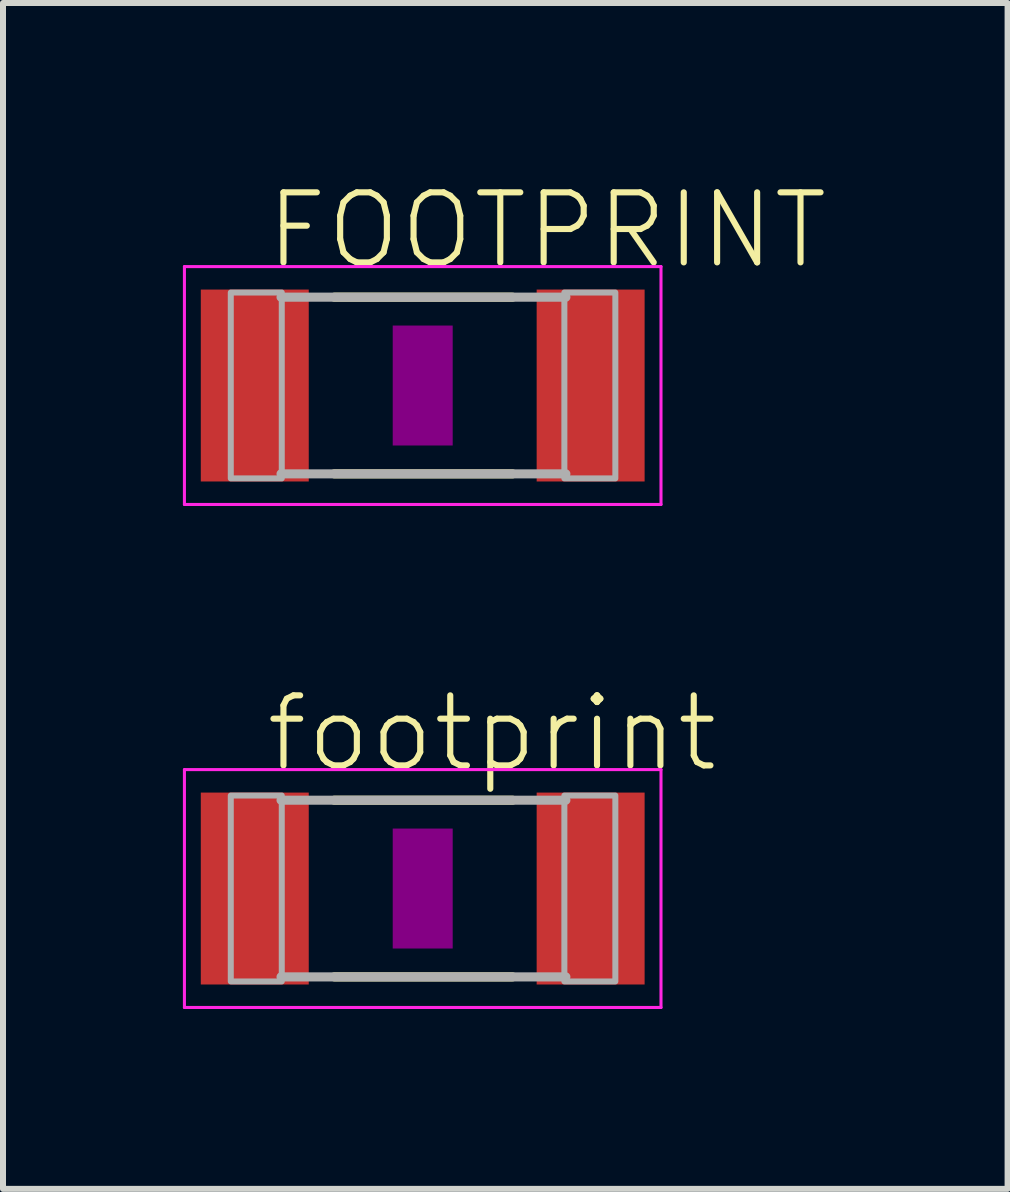
<source format=kicad_pcb>
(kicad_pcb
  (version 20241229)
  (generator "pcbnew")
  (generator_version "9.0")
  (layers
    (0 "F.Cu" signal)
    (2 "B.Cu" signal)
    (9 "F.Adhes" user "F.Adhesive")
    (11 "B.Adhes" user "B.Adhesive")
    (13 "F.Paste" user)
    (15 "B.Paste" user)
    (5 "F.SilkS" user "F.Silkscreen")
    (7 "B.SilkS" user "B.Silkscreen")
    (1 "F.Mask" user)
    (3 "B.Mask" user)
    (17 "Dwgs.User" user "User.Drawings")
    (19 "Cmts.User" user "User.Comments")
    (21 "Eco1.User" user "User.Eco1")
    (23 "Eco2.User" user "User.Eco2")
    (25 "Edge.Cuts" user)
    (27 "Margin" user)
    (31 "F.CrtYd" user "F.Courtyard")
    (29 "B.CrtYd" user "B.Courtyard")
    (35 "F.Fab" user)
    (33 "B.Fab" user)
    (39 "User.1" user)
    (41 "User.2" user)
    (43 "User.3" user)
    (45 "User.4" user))
  (footprint "footprint"
    (layer "F.Cu")
    (at 3.998 11.765)
    (property "Reference" "footprint" (at -2.667 -1.905 0) (layer "F.SilkS") (effects (font (size 1.168 1.168) (thickness 0.102)) (justify left bottom)))
    (fp_line (start -1.473 -1.473) (end 1.498 -1.473) (stroke (width 0.152) (type solid)) (layer "F.SilkS"))
    (fp_line (start -1.473 1.473) (end 1.498 1.473) (stroke (width 0.152) (type solid)) (layer "F.SilkS"))
    (fp_poly (pts (xy -0.5 1) (xy 0.5 1) (xy 0.5 -1) (xy -0.5 -1)) (stroke (width 0) (type solid)) (fill yes) (layer "F.Adhes"))
    (fp_line (start -3.973 -1.983) (end 3.973 -1.983) (stroke (width 0.051) (type solid)) (layer "F.CrtYd"))
    (fp_line (start -3.973 1.983) (end -3.973 -1.983) (stroke (width 0.051) (type solid)) (layer "F.CrtYd"))
    (fp_line (start 3.973 -1.983) (end 3.973 1.983) (stroke (width 0.051) (type solid)) (layer "F.CrtYd"))
    (fp_line (start 3.973 1.983) (end -3.973 1.983) (stroke (width 0.051) (type solid)) (layer "F.CrtYd"))
    (fp_line (start -2.362 -1.473) (end 2.387 -1.473) (stroke (width 0.152) (type solid)) (layer "F.Fab"))
    (fp_line (start -2.362 1.473) (end 2.387 1.473) (stroke (width 0.152) (type solid)) (layer "F.Fab"))
    (fp_poly (pts (xy -3.2 1.549) (xy -2.35 1.549) (xy -2.35 -1.551) (xy -3.2 -1.551)) (stroke (width 0.1) (type solid)) (fill no) (layer "F.Fab"))
    (fp_poly (pts (xy 2.362 1.549) (xy 3.212 1.549) (xy 3.212 -1.551) (xy 2.362 -1.551)) (stroke (width 0.1) (type solid)) (fill no) (layer "F.Fab"))
    (pad "1" smd rect (at -2.8 0) (size 1.8 3.2) (layers "F.Cu" "F.Mask" "F.Paste"))
    (pad "2" smd rect (at 2.8 0) (size 1.8 3.2) (layers "F.Cu" "F.Mask" "F.Paste")))
  (footprint "FOOTPRINT"
    (layer "F.Cu")
    (at 3.998 3.378)
    (property "Reference" "FOOTPRINT" (at -2.667 -1.905 0) (layer "F.SilkS") (effects (font (size 1.168 1.168) (thickness 0.102)) (justify left bottom)))
    (fp_line (start -1.473 -1.473) (end 1.498 -1.473) (stroke (width 0.152) (type solid)) (layer "F.SilkS"))
    (fp_line (start -1.473 1.473) (end 1.498 1.473) (stroke (width 0.152) (type solid)) (layer "F.SilkS"))
    (fp_poly (pts (xy -0.5 1) (xy 0.5 1) (xy 0.5 -1) (xy -0.5 -1)) (stroke (width 0) (type solid)) (fill yes) (layer "F.Adhes"))
    (fp_line (start -3.973 -1.983) (end 3.973 -1.983) (stroke (width 0.051) (type solid)) (layer "F.CrtYd"))
    (fp_line (start -3.973 1.983) (end -3.973 -1.983) (stroke (width 0.051) (type solid)) (layer "F.CrtYd"))
    (fp_line (start 3.973 -1.983) (end 3.973 1.983) (stroke (width 0.051) (type solid)) (layer "F.CrtYd"))
    (fp_line (start 3.973 1.983) (end -3.973 1.983) (stroke (width 0.051) (type solid)) (layer "F.CrtYd"))
    (fp_line (start -2.362 -1.473) (end 2.387 -1.473) (stroke (width 0.152) (type solid)) (layer "F.Fab"))
    (fp_line (start -2.362 1.473) (end 2.387 1.473) (stroke (width 0.152) (type solid)) (layer "F.Fab"))
    (fp_poly (pts (xy -3.2 1.549) (xy -2.35 1.549) (xy -2.35 -1.551) (xy -3.2 -1.551)) (stroke (width 0.1) (type solid)) (fill no) (layer "F.Fab"))
    (fp_poly (pts (xy 2.362 1.549) (xy 3.212 1.549) (xy 3.212 -1.551) (xy 2.362 -1.551)) (stroke (width 0.1) (type solid)) (fill no) (layer "F.Fab"))
    (pad "1" smd rect (at -2.8 0) (size 1.8 3.2) (layers "F.Cu" "F.Mask" "F.Paste"))
    (pad "2" smd rect (at 2.8 0) (size 1.8 3.2) (layers "F.Cu" "F.Mask" "F.Paste")))
  (gr_rect
    (start -3 -3)
    (end 13.75 16.773)
    (stroke (width 0.1) (type default))
    (fill no)
    (layer "Edge.Cuts")))
</source>
